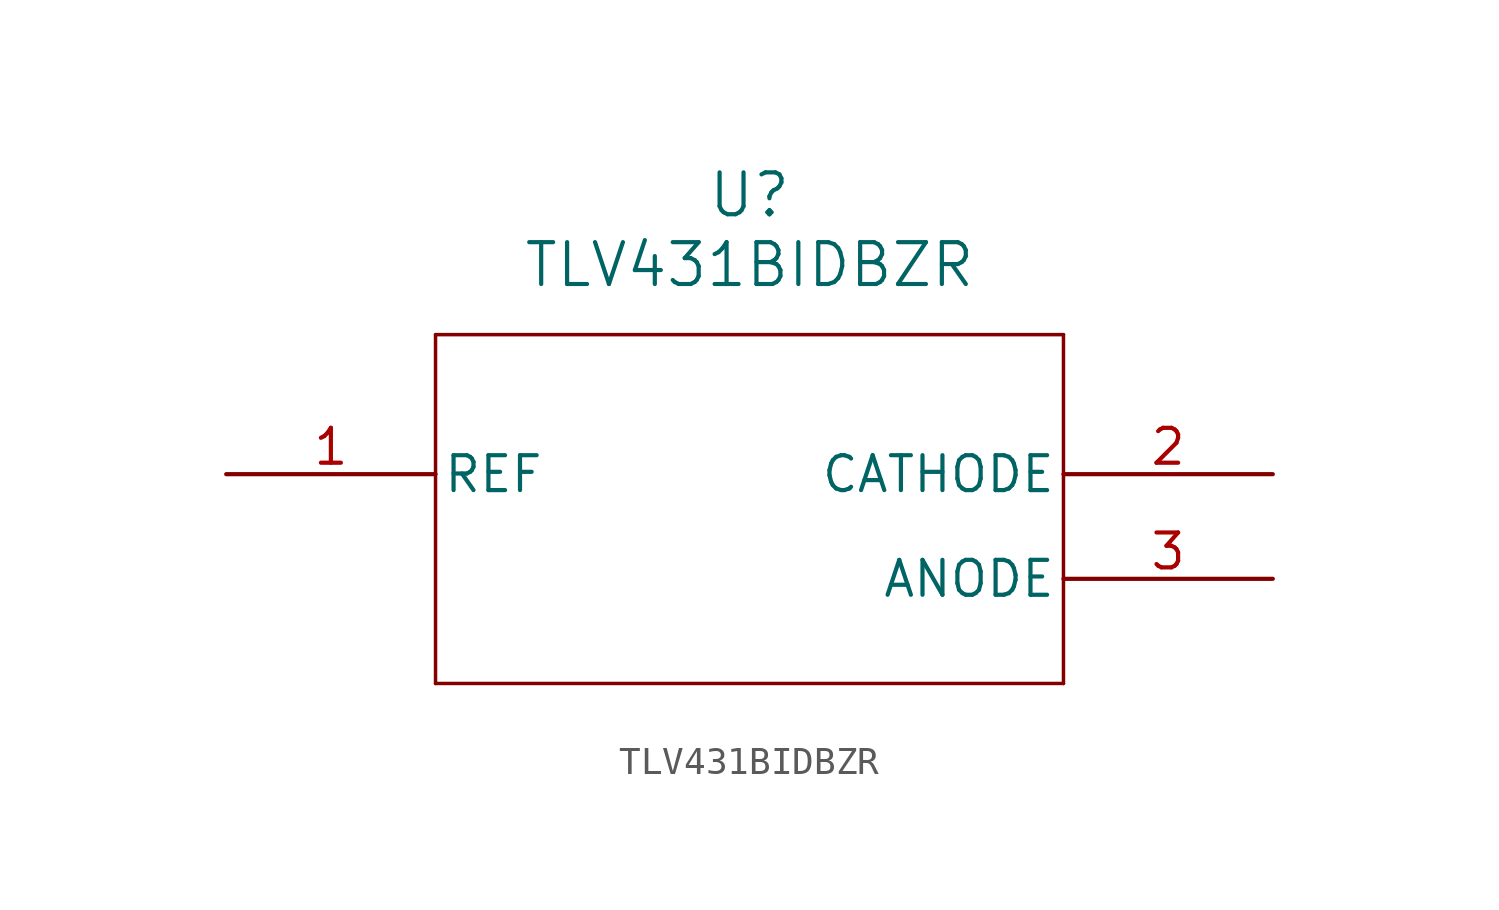
<source format=kicad_sym>
(kicad_symbol_lib
  (version 20241209)
  (generator "kicad_symbol_editor")
  (generator_version "9.0")
  (symbol "TLV431BIDBZR"
    (pin_names
      (offset 0.254))
    (property "Reference" "U"
      (at 33.02 10.16 0)
      (effects (font (size 1.524 1.524))))
    (property "Value" "TLV431BIDBZR"
      (at 33.02 7.62 0)
      (effects (font (size 1.524 1.524))))
    (property "ki_locked" ""
      (at 0 0 0)
      (effects (font (size 1.27 1.27))))
    (symbol "TLV431BIDBZR_0_1"
      (polyline (pts (xy 21.59 5.08) (xy 21.59 -7.62)) (stroke (width 0.127) (type default)) (fill (type none)))
      (polyline (pts (xy 21.59 -7.62) (xy 44.45 -7.62)) (stroke (width 0.127) (type default)) (fill (type none)))
      (polyline (pts (xy 44.45 5.08) (xy 21.59 5.08)) (stroke (width 0.127) (type default)) (fill (type none)))
      (polyline (pts (xy 44.45 -7.62) (xy 44.45 5.08)) (stroke (width 0.127) (type default)) (fill (type none))))
    (symbol "TLV431BIDBZR_1_1"
      (pin input line (at 13.97 0 0) (length 7.62) (name "REF" (effects (font (size 1.27 1.27)))) (number "1" (effects (font (size 1.27 1.27)))))
      (pin output line (at 52.07 0 180) (length 7.62) (name "CATHODE" (effects (font (size 1.27 1.27)))) (number "2" (effects (font (size 1.27 1.27)))))
      (pin power_in line (at 52.07 -3.81 180) (length 7.62) (name "ANODE" (effects (font (size 1.27 1.27)))) (number "3" (effects (font (size 1.27 1.27))))))))
</source>
